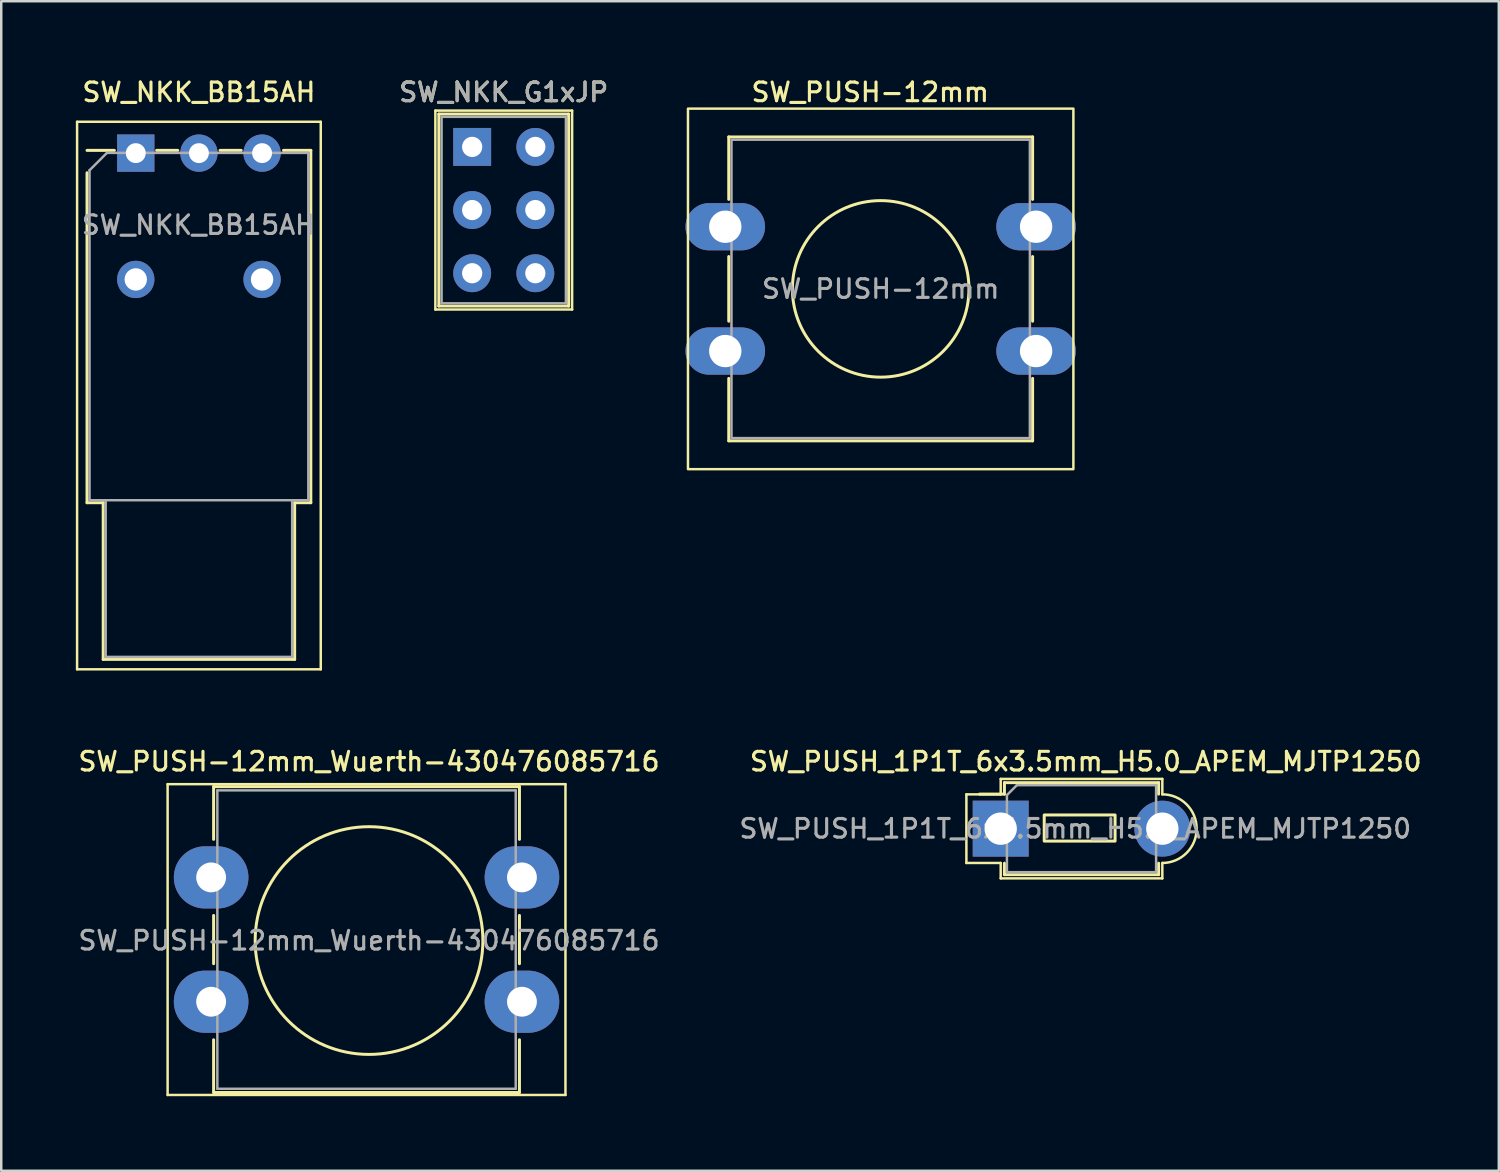
<source format=kicad_pcb>
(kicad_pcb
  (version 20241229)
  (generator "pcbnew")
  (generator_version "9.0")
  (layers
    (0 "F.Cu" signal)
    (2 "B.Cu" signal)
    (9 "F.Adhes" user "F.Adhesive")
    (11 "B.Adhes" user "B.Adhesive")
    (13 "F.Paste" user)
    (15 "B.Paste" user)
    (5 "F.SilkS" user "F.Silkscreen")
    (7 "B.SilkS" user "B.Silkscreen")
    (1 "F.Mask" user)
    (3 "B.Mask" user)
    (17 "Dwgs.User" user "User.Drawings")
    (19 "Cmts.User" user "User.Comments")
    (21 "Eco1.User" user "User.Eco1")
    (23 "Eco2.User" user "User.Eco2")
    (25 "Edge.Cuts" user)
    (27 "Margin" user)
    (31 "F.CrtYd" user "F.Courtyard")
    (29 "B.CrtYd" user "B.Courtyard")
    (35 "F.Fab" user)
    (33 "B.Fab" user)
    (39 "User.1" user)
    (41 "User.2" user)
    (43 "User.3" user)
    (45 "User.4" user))
  (footprint "SW_NKK_G1xJP"
    (layer "F.Cu")
    (at 15.939 2.858)
    (property "Reference" "SW_NKK_G1xJP" (at 1.27 -2.2 0) (layer "F.SilkS") (effects (font (size 0.75 0.75) (thickness 0.125))))
    (attr through_hole)
    (fp_line (start -1.48 6.54) (end -1.48 -1.46) (stroke (width 0.1) (type solid)) (layer "F.SilkS"))
    (fp_line (start -1.48 6.54) (end 4.02 6.54) (stroke (width 0.1) (type solid)) (layer "F.SilkS"))
    (fp_line (start -1.341 -1.321) (end 3.881 -1.321) (stroke (width 0.12) (type solid)) (layer "F.SilkS"))
    (fp_line (start -1.341 6.401) (end -1.341 -1.321) (stroke (width 0.12) (type solid)) (layer "F.SilkS"))
    (fp_line (start -1.341 6.401) (end 3.881 6.401) (stroke (width 0.12) (type solid)) (layer "F.SilkS"))
    (fp_line (start 3.881 -1.321) (end 3.881 6.401) (stroke (width 0.12) (type solid)) (layer "F.SilkS"))
    (fp_line (start 4.02 -1.46) (end -1.48 -1.46) (stroke (width 0.1) (type solid)) (layer "F.SilkS"))
    (fp_line (start 4.02 -1.46) (end 4.02 6.54) (stroke (width 0.1) (type solid)) (layer "F.SilkS"))
    (fp_line (start -1.23 -1.21) (end 3.77 -1.21) (stroke (width 0.1) (type solid)) (layer "F.Fab"))
    (fp_line (start -1.23 6.29) (end -1.23 -1.21) (stroke (width 0.1) (type solid)) (layer "F.Fab"))
    (fp_line (start -1.23 6.29) (end 3.77 6.29) (stroke (width 0.1) (type solid)) (layer "F.Fab"))
    (fp_line (start 3.77 6.29) (end 3.77 -1.21) (stroke (width 0.1) (type solid)) (layer "F.Fab"))
    (fp_text user "${REFERENCE}" (at 1.27 -2.2 0) (layer "F.Fab") (effects (font (size 0.75 0.75) (thickness 0.125))))
    (pad "1" thru_hole rect (at 0 0) (size 1.524 1.524) (drill 0.813) (layers "*.Cu" "*.Mask"))
    (pad "2" thru_hole circle (at 0 2.54) (size 1.524 1.524) (drill 0.813) (layers "*.Cu" "*.Mask"))
    (pad "3" thru_hole circle (at 0 5.08) (size 1.524 1.524) (drill 0.813) (layers "*.Cu" "*.Mask"))
    (pad "4" thru_hole circle (at 2.54 5.08) (size 1.524 1.524) (drill 0.813) (layers "*.Cu" "*.Mask"))
    (pad "5" thru_hole circle (at 2.54 2.54) (size 1.524 1.524) (drill 0.813) (layers "*.Cu" "*.Mask"))
    (pad "6" thru_hole circle (at 2.54 0) (size 1.524 1.524) (drill 0.813) (layers "*.Cu" "*.Mask")))
  (footprint "SW_NKK_BB15AH"
    (layer "F.Cu")
    (at 2.41 3.108)
    (property "Reference" "SW_NKK_BB15AH" (at 2.54 -2.45 0) (layer "F.SilkS") (effects (font (size 0.75 0.75) (thickness 0.125))))
    (attr through_hole)
    (fp_line (start -2.36 20.76) (end -2.36 -1.26) (stroke (width 0.1) (type solid)) (layer "F.SilkS"))
    (fp_line (start -2.36 20.76) (end 7.44 20.76) (stroke (width 0.1) (type solid)) (layer "F.SilkS"))
    (fp_line (start -1.96 0.79) (end -1.96 14.06) (stroke (width 0.12) (type solid)) (layer "F.SilkS"))
    (fp_line (start -1.96 14.06) (end -1.31 14.06) (stroke (width 0.12) (type solid)) (layer "F.SilkS"))
    (fp_line (start -1.31 14.06) (end -1.31 20.36) (stroke (width 0.12) (type solid)) (layer "F.SilkS"))
    (fp_line (start -1.31 20.36) (end 6.39 20.36) (stroke (width 0.12) (type solid)) (layer "F.SilkS"))
    (fp_line (start -0.86 -0.11) (end -1.96 -0.11) (stroke (width 0.12) (type solid)) (layer "F.SilkS"))
    (fp_line (start 0.84 -0.11) (end 1.69 -0.11) (stroke (width 0.12) (type solid)) (layer "F.SilkS"))
    (fp_line (start 3.39 -0.11) (end 4.24 -0.11) (stroke (width 0.12) (type solid)) (layer "F.SilkS"))
    (fp_line (start 6.39 14.06) (end 7.04 14.06) (stroke (width 0.12) (type solid)) (layer "F.SilkS"))
    (fp_line (start 6.39 20.36) (end 6.39 14.06) (stroke (width 0.12) (type solid)) (layer "F.SilkS"))
    (fp_line (start 7.04 -0.11) (end 5.94 -0.11) (stroke (width 0.12) (type solid)) (layer "F.SilkS"))
    (fp_line (start 7.04 14.06) (end 7.04 -0.11) (stroke (width 0.12) (type solid)) (layer "F.SilkS"))
    (fp_line (start 7.44 -1.26) (end -2.36 -1.26) (stroke (width 0.1) (type solid)) (layer "F.SilkS"))
    (fp_line (start 7.44 20.76) (end 7.44 -1.26) (stroke (width 0.1) (type solid)) (layer "F.SilkS"))
    (fp_line (start -1.86 0.69) (end -1.16 -0.01) (stroke (width 0.1) (type solid)) (layer "F.Fab"))
    (fp_line (start -1.86 13.96) (end -1.86 0.69) (stroke (width 0.1) (type solid)) (layer "F.Fab"))
    (fp_line (start -1.21 13.96) (end -1.21 20.26) (stroke (width 0.1) (type solid)) (layer "F.Fab"))
    (fp_line (start 6.29 13.96) (end 6.29 20.26) (stroke (width 0.1) (type solid)) (layer "F.Fab"))
    (fp_line (start 6.29 20.26) (end -1.21 20.26) (stroke (width 0.1) (type solid)) (layer "F.Fab"))
    (fp_line (start 6.94 -0.01) (end -1.16 -0.01) (stroke (width 0.1) (type solid)) (layer "F.Fab"))
    (fp_line (start 6.94 13.96) (end -1.86 13.96) (stroke (width 0.1) (type solid)) (layer "F.Fab"))
    (fp_line (start 6.94 13.96) (end 6.94 -0.01) (stroke (width 0.1) (type solid)) (layer "F.Fab"))
    (fp_text user "${REFERENCE}" (at 2.515 2.89 0) (layer "F.Fab") (effects (font (size 0.75 0.75) (thickness 0.125))))
    (pad "" thru_hole circle (at 0 5.08) (size 1.5 1.5) (drill 0.9) (layers "*.Cu" "*.Mask"))
    (pad "" thru_hole circle (at 5.08 5.08) (size 1.5 1.5) (drill 0.9) (layers "*.Cu" "*.Mask"))
    (pad "1" thru_hole rect (at 0 0) (size 1.5 1.5) (drill 0.8) (layers "*.Cu" "*.Mask"))
    (pad "2" thru_hole circle (at 2.54 0) (size 1.5 1.5) (drill 0.8) (layers "*.Cu" "*.Mask"))
    (pad "3" thru_hole circle (at 5.08 0) (size 1.5 1.5) (drill 0.8) (layers "*.Cu" "*.Mask")))
  (footprint "SW_PUSH-12mm_Wuerth-430476085716"
    (layer "F.Cu")
    (at 5.441 32.236)
    (property "Reference" "SW_PUSH-12mm_Wuerth-430476085716" (at 6.35 -4.66 0) (layer "F.SilkS") (effects (font (size 0.75 0.75) (thickness 0.125))))
    (attr through_hole)
    (fp_line (start -1.75 -3.75) (end -1.75 8.75) (stroke (width 0.1) (type solid)) (layer "F.SilkS"))
    (fp_line (start -1.75 8.75) (end 14.25 8.75) (stroke (width 0.1) (type solid)) (layer "F.SilkS"))
    (fp_line (start 0.1 -3.65) (end 12.4 -3.65) (stroke (width 0.12) (type solid)) (layer "F.SilkS"))
    (fp_line (start 0.1 -1.53) (end 0.1 -3.65) (stroke (width 0.12) (type solid)) (layer "F.SilkS"))
    (fp_line (start 0.1 3.47) (end 0.1 1.53) (stroke (width 0.12) (type solid)) (layer "F.SilkS"))
    (fp_line (start 0.1 8.65) (end 0.1 6.53) (stroke (width 0.12) (type solid)) (layer "F.SilkS"))
    (fp_line (start 12.4 -3.65) (end 12.4 -1.53) (stroke (width 0.12) (type solid)) (layer "F.SilkS"))
    (fp_line (start 12.4 1.53) (end 12.4 3.47) (stroke (width 0.12) (type solid)) (layer "F.SilkS"))
    (fp_line (start 12.4 6.53) (end 12.4 8.65) (stroke (width 0.12) (type solid)) (layer "F.SilkS"))
    (fp_line (start 12.4 8.65) (end 0.1 8.65) (stroke (width 0.12) (type solid)) (layer "F.SilkS"))
    (fp_line (start 14.25 -3.75) (end -1.75 -3.75) (stroke (width 0.1) (type solid)) (layer "F.SilkS"))
    (fp_line (start 14.25 8.75) (end 14.25 -3.75) (stroke (width 0.1) (type solid)) (layer "F.SilkS"))
    (fp_circle (center 6.35 2.54) (end 10.929 2.54) (stroke (width 0.12) (type solid)) (fill no) (layer "F.SilkS"))
    (fp_line (start 0.25 -3.5) (end 0.25 8.5) (stroke (width 0.1) (type solid)) (layer "F.Fab"))
    (fp_line (start 0.25 8.5) (end 12.25 8.5) (stroke (width 0.1) (type solid)) (layer "F.Fab"))
    (fp_line (start 12.25 -3.5) (end 0.25 -3.5) (stroke (width 0.1) (type solid)) (layer "F.Fab"))
    (fp_line (start 12.25 8.5) (end 12.25 -3.5) (stroke (width 0.1) (type solid)) (layer "F.Fab"))
    (fp_text user "${REFERENCE}" (at 6.35 2.54 0) (layer "F.Fab") (effects (font (size 0.75 0.75) (thickness 0.125))))
    (pad "1" thru_hole oval (at 0 0) (size 3 2.5) (drill 1.2) (layers "*.Cu" "*.Mask"))
    (pad "1" thru_hole oval (at 12.5 0) (size 3 2.5) (drill 1.2) (layers "*.Cu" "*.Mask"))
    (pad "2" thru_hole oval (at 0 5) (size 3 2.5) (drill 1.2) (layers "*.Cu" "*.Mask"))
    (pad "2" thru_hole oval (at 12.5 5) (size 3 2.5) (drill 1.2) (layers "*.Cu" "*.Mask")))
  (footprint "SW_PUSH_1P1T_6x3.5mm_H5.0_APEM_MJTP1250"
    (layer "F.Cu")
    (at 37.195 30.276)
    (property "Reference" "SW_PUSH_1P1T_6x3.5mm_H5.0_APEM_MJTP1250" (at 3.42 -2.7 0) (layer "F.SilkS") (effects (font (size 0.75 0.75) (thickness 0.125))))
    (attr through_hole)
    (fp_line (start -1.38 -1.38) (end 0 -1.38) (stroke (width 0.1) (type default)) (layer "F.SilkS"))
    (fp_line (start -1.38 1.38) (end -1.38 -1.38) (stroke (width 0.1) (type solid)) (layer "F.SilkS"))
    (fp_line (start -1.38 1.38) (end 0 1.38) (stroke (width 0.1) (type default)) (layer "F.SilkS"))
    (fp_line (start 0 -2) (end 0 -1.38) (stroke (width 0.1) (type default)) (layer "F.SilkS"))
    (fp_line (start 0 -2) (end 6.5 -2) (stroke (width 0.1) (type solid)) (layer "F.SilkS"))
    (fp_line (start 0 1.38) (end 0 2) (stroke (width 0.1) (type default)) (layer "F.SilkS"))
    (fp_line (start 0.15 -1.85) (end 0.15 -1.39) (stroke (width 0.12) (type default)) (layer "F.SilkS"))
    (fp_line (start 0.15 -1.39) (end -0.85 -1.39) (stroke (width 0.12) (type default)) (layer "F.SilkS"))
    (fp_line (start 0.15 1.39) (end 0.15 1.85) (stroke (width 0.12) (type solid)) (layer "F.SilkS"))
    (fp_line (start 0.15 1.85) (end 6.35 1.85) (stroke (width 0.12) (type solid)) (layer "F.SilkS"))
    (fp_line (start 6.35 -1.85) (end 0.15 -1.85) (stroke (width 0.12) (type solid)) (layer "F.SilkS"))
    (fp_line (start 6.35 -1.85) (end 6.35 -1.39) (stroke (width 0.12) (type solid)) (layer "F.SilkS"))
    (fp_line (start 6.35 1.39) (end 6.35 1.85) (stroke (width 0.12) (type solid)) (layer "F.SilkS"))
    (fp_line (start 6.5 -2) (end 6.5 -1.38) (stroke (width 0.1) (type default)) (layer "F.SilkS"))
    (fp_line (start 6.5 1.38) (end 6.5 2) (stroke (width 0.1) (type default)) (layer "F.SilkS"))
    (fp_line (start 6.5 2) (end 0 2) (stroke (width 0.1) (type solid)) (layer "F.SilkS"))
    (fp_rect (start 1.75 -0.55) (end 4.6 0.5) (stroke (width 0.12) (type default)) (fill no) (layer "F.SilkS"))
    (fp_arc (start 6.5 -1.38) (mid 7.88 0) (end 6.5 1.38) (stroke (width 0.1) (type default)) (layer "F.SilkS"))
    (fp_line (start 0.25 1.75) (end 0.25 -1.35) (stroke (width 0.1) (type solid)) (layer "F.Fab"))
    (fp_line (start 0.65 -1.75) (end 0.25 -1.35) (stroke (width 0.1) (type default)) (layer "F.Fab"))
    (fp_line (start 0.65 -1.75) (end 6.25 -1.75) (stroke (width 0.1) (type solid)) (layer "F.Fab"))
    (fp_line (start 6.25 -1.75) (end 6.25 1.75) (stroke (width 0.1) (type solid)) (layer "F.Fab"))
    (fp_line (start 6.25 1.75) (end 0.25 1.75) (stroke (width 0.1) (type solid)) (layer "F.Fab"))
    (fp_text user "${REFERENCE}" (at 3 0 0) (layer "F.Fab") (effects (font (size 0.75 0.75) (thickness 0.125))))
    (pad "1" thru_hole rect (at 0 0 90) (size 2.25 2.25) (drill 1.3) (layers "*.Cu" "*.Mask"))
    (pad "2" thru_hole circle (at 6.5 0 90) (size 2.25 2.25) (drill 1.3) (layers "*.Cu" "*.Mask")))
  (footprint "SW_PUSH-12mm"
    (layer "F.Cu")
    (at 26.118 6.068)
    (property "Reference" "SW_PUSH-12mm" (at 5.83 -5.41 0) (layer "F.SilkS") (effects (font (size 0.75 0.75) (thickness 0.125))))
    (attr through_hole)
    (fp_line (start 0.14 -3.61) (end 0.14 -1.1) (stroke (width 0.12) (type default)) (layer "F.SilkS"))
    (fp_line (start 0.14 -3.61) (end 12.36 -3.61) (stroke (width 0.12) (type default)) (layer "F.SilkS"))
    (fp_line (start 0.14 1.2) (end 0.14 3.8) (stroke (width 0.12) (type default)) (layer "F.SilkS"))
    (fp_line (start 0.14 6.1) (end 0.14 8.61) (stroke (width 0.12) (type default)) (layer "F.SilkS"))
    (fp_line (start 12.36 -3.61) (end 12.36 -1.1) (stroke (width 0.12) (type default)) (layer "F.SilkS"))
    (fp_line (start 12.36 1.2) (end 12.36 3.8) (stroke (width 0.12) (type default)) (layer "F.SilkS"))
    (fp_line (start 12.36 6.1) (end 12.36 8.61) (stroke (width 0.12) (type default)) (layer "F.SilkS"))
    (fp_line (start 12.36 8.61) (end 0.14 8.61) (stroke (width 0.12) (type default)) (layer "F.SilkS"))
    (fp_rect (start -1.5 -4.75) (end 14 9.75) (stroke (width 0.1) (type default)) (fill no) (layer "F.SilkS"))
    (fp_circle (center 6.25 2.5) (end 9.8 2.5) (stroke (width 0.12) (type default)) (fill no) (layer "F.SilkS"))
    (fp_rect (start 0.25 -3.5) (end 12.25 8.5) (stroke (width 0.1) (type default)) (fill no) (layer "F.Fab"))
    (fp_text user "${REFERENCE}" (at 6.25 2.5 0) (layer "F.Fab") (effects (font (size 0.75 0.75) (thickness 0.125))))
    (pad "1" thru_hole oval (at 0 0) (size 3.2 1.9) (drill 1.3) (layers "*.Cu" "*.Mask"))
    (pad "1" thru_hole oval (at 12.5 0) (size 3.2 1.9) (drill 1.3) (layers "*.Cu" "*.Mask"))
    (pad "2" thru_hole oval (at 0 5) (size 3.2 1.9) (drill 1.3) (layers "*.Cu" "*.Mask"))
    (pad "2" thru_hole oval (at 12.5 5) (size 3.2 1.9) (drill 1.3) (layers "*.Cu" "*.Mask")))
  (gr_rect
    (start -3 -3)
    (end 57.227 44.036)
    (stroke (width 0.1) (type default))
    (fill no)
    (layer "Edge.Cuts")))
</source>
